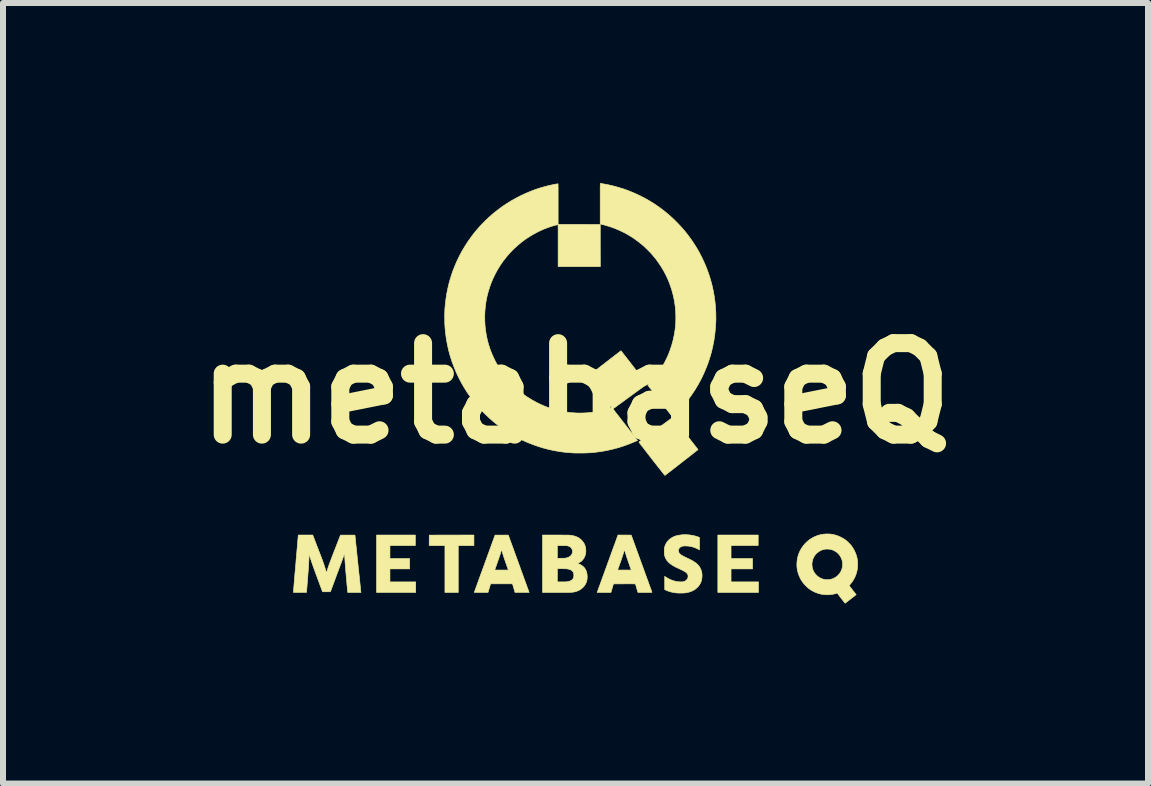
<source format=kicad_pcb>
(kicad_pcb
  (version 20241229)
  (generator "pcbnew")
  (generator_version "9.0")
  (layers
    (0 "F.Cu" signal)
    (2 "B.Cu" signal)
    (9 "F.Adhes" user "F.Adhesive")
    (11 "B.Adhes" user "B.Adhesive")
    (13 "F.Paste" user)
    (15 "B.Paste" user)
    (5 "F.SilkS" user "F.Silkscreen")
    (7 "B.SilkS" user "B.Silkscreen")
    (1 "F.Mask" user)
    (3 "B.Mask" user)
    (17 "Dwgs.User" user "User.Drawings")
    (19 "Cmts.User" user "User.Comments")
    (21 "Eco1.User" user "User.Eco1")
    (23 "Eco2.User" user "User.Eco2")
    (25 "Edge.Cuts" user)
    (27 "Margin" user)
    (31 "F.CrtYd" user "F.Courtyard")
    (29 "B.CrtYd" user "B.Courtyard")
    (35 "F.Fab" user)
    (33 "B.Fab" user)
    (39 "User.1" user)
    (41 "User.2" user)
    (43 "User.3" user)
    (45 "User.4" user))
  (footprint "metabaseQ"
    (layer "F.Cu")
    (at 6.539 3.502)
    (property "Reference" "metabaseQ" (at 0 0 0) (layer "F.SilkS") (effects (font (size 1.524 1.524) (thickness 0.3))))
    (attr through_hole)
    (fp_poly (pts (xy -1.693 2.538) (xy -1.954 2.538) (xy -1.954 3.319) (xy -2.176 3.319) (xy -2.176 2.538) (xy -2.438 2.538) (xy -2.438 2.451) (xy -2.437 2.363) (xy -1.693 2.362) (xy -1.693 2.538)) (stroke (width 0.01) (type solid)) (fill yes) (layer "F.SilkS"))
    (fp_poly (pts (xy -2.669 2.538) (xy -3.092 2.538) (xy -3.092 2.754) (xy -2.764 2.754) (xy -2.764 2.927) (xy -3.092 2.927) (xy -3.092 3.143) (xy -2.663 3.143) (xy -2.663 3.319) (xy -3.315 3.319) (xy -3.315 2.362) (xy -2.669 2.362) (xy -2.669 2.538)) (stroke (width 0.01) (type solid)) (fill yes) (layer "F.SilkS"))
    (fp_poly (pts (xy 3.043 2.45) (xy 3.043 2.537) (xy 2.817 2.537) (xy 2.591 2.538) (xy 2.591 2.754) (xy 2.949 2.754) (xy 2.949 2.927) (xy 2.591 2.927) (xy 2.591 3.143) (xy 3.048 3.143) (xy 3.048 3.319) (xy 2.371 3.319) (xy 2.371 2.362) (xy 3.044 2.362) (xy 3.043 2.45)) (stroke (width 0.01) (type solid)) (fill yes) (layer "F.SilkS"))
    (fp_poly (pts (xy 1.623 0.404) (xy 1.627 0.409) (xy 1.633 0.416) (xy 1.641 0.427) (xy 1.651 0.439) (xy 1.663 0.455) (xy 1.677 0.472) (xy 1.692 0.491) (xy 1.708 0.511) (xy 1.725 0.533) (xy 1.743 0.557) (xy 1.762 0.581) (xy 1.782 0.606) (xy 1.802 0.631) (xy 1.822 0.657) (xy 1.842 0.683) (xy 1.862 0.709) (xy 1.882 0.734) (xy 1.902 0.759) (xy 1.92 0.784) (xy 1.939 0.807) (xy 1.956 0.829) (xy 1.972 0.85) (xy 1.987 0.869) (xy 2 0.886) (xy 2.012 0.901) (xy 2.022 0.914) (xy 2.03 0.925) (xy 2.036 0.932) (xy 2.039 0.937) (xy 2.04 0.939) (xy 2.039 0.941) (xy 2.034 0.945) (xy 2.026 0.951) (xy 2.016 0.959) (xy 2.003 0.969) (xy 1.988 0.981) (xy 1.971 0.995) (xy 1.951 1.01) (xy 1.931 1.026) (xy 1.909 1.043) (xy 1.885 1.062) (xy 1.861 1.081) (xy 1.836 1.1) (xy 1.81 1.12) (xy 1.784 1.141) (xy 1.757 1.161) (xy 1.731 1.182) (xy 1.705 1.202) (xy 1.68 1.222) (xy 1.655 1.241) (xy 1.631 1.26) (xy 1.609 1.277) (xy 1.587 1.294) (xy 1.567 1.309) (xy 1.549 1.323) (xy 1.533 1.336) (xy 1.519 1.346) (xy 1.508 1.355) (xy 1.499 1.362) (xy 1.493 1.367) (xy 1.49 1.369) (xy 1.489 1.369) (xy 1.488 1.367) (xy 1.484 1.363) (xy 1.477 1.355) (xy 1.469 1.344) (xy 1.458 1.331) (xy 1.446 1.315) (xy 1.431 1.298) (xy 1.416 1.277) (xy 1.398 1.255) (xy 1.379 1.231) (xy 1.359 1.206) (xy 1.338 1.179) (xy 1.316 1.151) (xy 1.293 1.122) (xy 1.27 1.092) (xy 1.247 1.062) (xy 1.224 1.033) (xy 1.202 1.004) (xy 1.181 0.977) (xy 1.161 0.952) (xy 1.143 0.928) (xy 1.126 0.906) (xy 1.11 0.885) (xy 1.096 0.867) (xy 1.084 0.851) (xy 1.074 0.838) (xy 1.066 0.827) (xy 1.06 0.819) (xy 1.057 0.815) (xy 1.056 0.813) (xy 1.058 0.811) (xy 1.063 0.807) (xy 1.071 0.801) (xy 1.082 0.793) (xy 1.096 0.783) (xy 1.112 0.771) (xy 1.13 0.758) (xy 1.15 0.744) (xy 1.171 0.728) (xy 1.194 0.711) (xy 1.218 0.694) (xy 1.244 0.676) (xy 1.27 0.657) (xy 1.296 0.637) (xy 1.323 0.618) (xy 1.35 0.598) (xy 1.377 0.579) (xy 1.403 0.56) (xy 1.429 0.541) (xy 1.455 0.522) (xy 1.479 0.505) (xy 1.502 0.488) (xy 1.524 0.472) (xy 1.544 0.458) (xy 1.562 0.444) (xy 1.578 0.433) (xy 1.592 0.423) (xy 1.604 0.414) (xy 1.613 0.408) (xy 1.618 0.404) (xy 1.621 0.402) (xy 1.621 0.402) (xy 1.623 0.404)) (stroke (width 0.01) (type solid)) (fill yes) (layer "F.SilkS"))
    (fp_poly (pts (xy -1.155 2.363) (xy -1.144 2.363) (xy -1.135 2.363) (xy -1.129 2.363) (xy -1.125 2.363) (xy -1.122 2.364) (xy -1.12 2.365) (xy -1.119 2.365) (xy -1.119 2.366) (xy -1.118 2.368) (xy -1.116 2.374) (xy -1.112 2.384) (xy -1.107 2.397) (xy -1.102 2.413) (xy -1.095 2.432) (xy -1.087 2.455) (xy -1.078 2.479) (xy -1.068 2.507) (xy -1.057 2.536) (xy -1.045 2.568) (xy -1.033 2.602) (xy -1.02 2.637) (xy -1.007 2.674) (xy -0.993 2.712) (xy -0.979 2.751) (xy -0.964 2.791) (xy -0.949 2.833) (xy -0.934 2.874) (xy -0.919 2.916) (xy -0.904 2.959) (xy -0.888 3.001) (xy -0.873 3.043) (xy -0.858 3.085) (xy -0.843 3.126) (xy -0.828 3.166) (xy -0.814 3.206) (xy -0.8 3.245) (xy -0.786 3.282) (xy -0.78 3.299) (xy -0.773 3.319) (xy -0.891 3.318) (xy -1.008 3.318) (xy -1.029 3.246) (xy -1.051 3.175) (xy -1.415 3.175) (xy -1.436 3.244) (xy -1.441 3.261) (xy -1.445 3.276) (xy -1.449 3.289) (xy -1.453 3.301) (xy -1.455 3.309) (xy -1.457 3.315) (xy -1.457 3.316) (xy -1.458 3.317) (xy -1.461 3.317) (xy -1.466 3.318) (xy -1.474 3.318) (xy -1.484 3.318) (xy -1.497 3.319) (xy -1.514 3.319) (xy -1.533 3.319) (xy -1.557 3.319) (xy -1.573 3.319) (xy -1.594 3.319) (xy -1.614 3.319) (xy -1.633 3.319) (xy -1.649 3.319) (xy -1.663 3.318) (xy -1.674 3.318) (xy -1.682 3.318) (xy -1.686 3.318) (xy -1.687 3.317) (xy -1.686 3.315) (xy -1.684 3.309) (xy -1.681 3.3) (xy -1.676 3.287) (xy -1.67 3.27) (xy -1.663 3.251) (xy -1.655 3.229) (xy -1.646 3.204) (xy -1.636 3.176) (xy -1.625 3.146) (xy -1.613 3.113) (xy -1.601 3.079) (xy -1.588 3.043) (xy -1.574 3.004) (xy -1.559 2.965) (xy -1.552 2.945) (xy -1.346 2.945) (xy -1.344 2.945) (xy -1.338 2.945) (xy -1.329 2.946) (xy -1.316 2.946) (xy -1.301 2.946) (xy -1.284 2.946) (xy -1.265 2.946) (xy -1.244 2.946) (xy -1.233 2.946) (xy -1.212 2.946) (xy -1.191 2.946) (xy -1.173 2.946) (xy -1.157 2.946) (xy -1.143 2.946) (xy -1.132 2.946) (xy -1.124 2.946) (xy -1.12 2.945) (xy -1.12 2.945) (xy -1.12 2.943) (xy -1.122 2.937) (xy -1.125 2.929) (xy -1.129 2.917) (xy -1.134 2.904) (xy -1.139 2.889) (xy -1.143 2.878) (xy -1.152 2.854) (xy -1.16 2.829) (xy -1.169 2.804) (xy -1.178 2.778) (xy -1.187 2.752) (xy -1.195 2.728) (xy -1.202 2.704) (xy -1.209 2.683) (xy -1.215 2.664) (xy -1.22 2.647) (xy -1.224 2.634) (xy -1.225 2.631) (xy -1.233 2.601) (xy -1.237 2.618) (xy -1.241 2.632) (xy -1.246 2.65) (xy -1.252 2.672) (xy -1.26 2.697) (xy -1.27 2.725) (xy -1.28 2.756) (xy -1.292 2.79) (xy -1.305 2.827) (xy -1.318 2.866) (xy -1.325 2.884) (xy -1.33 2.899) (xy -1.335 2.913) (xy -1.339 2.925) (xy -1.343 2.934) (xy -1.345 2.941) (xy -1.346 2.944) (xy -1.346 2.945) (xy -1.552 2.945) (xy -1.544 2.924) (xy -1.529 2.882) (xy -1.514 2.84) (xy -1.341 2.363) (xy -1.231 2.363) (xy -1.206 2.363) (xy -1.185 2.363) (xy -1.168 2.362) (xy -1.155 2.363)) (stroke (width 0.01) (type solid)) (fill yes) (layer "F.SilkS"))
    (fp_poly (pts (xy 0.928 2.363) (xy 1.101 2.84) (xy 1.117 2.883) (xy 1.132 2.925) (xy 1.147 2.966) (xy 1.161 3.006) (xy 1.175 3.044) (xy 1.188 3.08) (xy 1.201 3.114) (xy 1.213 3.147) (xy 1.223 3.177) (xy 1.233 3.204) (xy 1.242 3.229) (xy 1.251 3.252) (xy 1.258 3.271) (xy 1.263 3.287) (xy 1.268 3.3) (xy 1.271 3.31) (xy 1.273 3.315) (xy 1.274 3.317) (xy 1.272 3.318) (xy 1.266 3.318) (xy 1.257 3.318) (xy 1.244 3.318) (xy 1.229 3.319) (xy 1.212 3.319) (xy 1.192 3.319) (xy 1.171 3.319) (xy 1.157 3.319) (xy 1.04 3.319) (xy 1.019 3.25) (xy 1.015 3.233) (xy 1.01 3.218) (xy 1.006 3.204) (xy 1.003 3.193) (xy 1 3.185) (xy 0.998 3.179) (xy 0.998 3.178) (xy 0.997 3.177) (xy 0.994 3.177) (xy 0.99 3.176) (xy 0.983 3.176) (xy 0.974 3.176) (xy 0.963 3.176) (xy 0.948 3.176) (xy 0.931 3.175) (xy 0.91 3.175) (xy 0.886 3.175) (xy 0.858 3.175) (xy 0.826 3.175) (xy 0.814 3.176) (xy 0.632 3.176) (xy 0.611 3.247) (xy 0.59 3.319) (xy 0.36 3.319) (xy 0.363 3.311) (xy 0.364 3.308) (xy 0.366 3.302) (xy 0.37 3.292) (xy 0.375 3.278) (xy 0.381 3.261) (xy 0.388 3.241) (xy 0.396 3.219) (xy 0.406 3.193) (xy 0.416 3.165) (xy 0.427 3.134) (xy 0.439 3.102) (xy 0.451 3.067) (xy 0.465 3.03) (xy 0.479 2.992) (xy 0.493 2.953) (xy 0.496 2.944) (xy 0.701 2.944) (xy 0.702 2.944) (xy 0.703 2.945) (xy 0.706 2.945) (xy 0.711 2.946) (xy 0.717 2.946) (xy 0.726 2.946) (xy 0.737 2.946) (xy 0.751 2.946) (xy 0.768 2.946) (xy 0.789 2.946) (xy 0.814 2.946) (xy 0.929 2.946) (xy 0.922 2.926) (xy 0.912 2.899) (xy 0.902 2.872) (xy 0.893 2.844) (xy 0.883 2.817) (xy 0.874 2.79) (xy 0.865 2.763) (xy 0.856 2.738) (xy 0.848 2.714) (xy 0.841 2.691) (xy 0.835 2.671) (xy 0.829 2.653) (xy 0.824 2.637) (xy 0.821 2.625) (xy 0.818 2.615) (xy 0.817 2.61) (xy 0.817 2.609) (xy 0.817 2.605) (xy 0.815 2.606) (xy 0.813 2.609) (xy 0.811 2.615) (xy 0.811 2.618) (xy 0.809 2.627) (xy 0.805 2.639) (xy 0.801 2.654) (xy 0.796 2.671) (xy 0.79 2.689) (xy 0.783 2.709) (xy 0.777 2.729) (xy 0.77 2.749) (xy 0.77 2.751) (xy 0.766 2.761) (xy 0.762 2.774) (xy 0.757 2.789) (xy 0.751 2.805) (xy 0.745 2.822) (xy 0.738 2.841) (xy 0.732 2.859) (xy 0.726 2.876) (xy 0.72 2.893) (xy 0.714 2.908) (xy 0.709 2.921) (xy 0.706 2.932) (xy 0.703 2.939) (xy 0.702 2.943) (xy 0.701 2.944) (xy 0.496 2.944) (xy 0.508 2.912) (xy 0.523 2.869) (xy 0.534 2.838) (xy 0.55 2.796) (xy 0.565 2.754) (xy 0.58 2.713) (xy 0.594 2.674) (xy 0.608 2.636) (xy 0.621 2.6) (xy 0.633 2.566) (xy 0.645 2.534) (xy 0.656 2.505) (xy 0.666 2.477) (xy 0.675 2.453) (xy 0.682 2.431) (xy 0.689 2.412) (xy 0.695 2.396) (xy 0.7 2.384) (xy 0.703 2.375) (xy 0.705 2.369) (xy 0.705 2.368) (xy 0.707 2.362) (xy 0.928 2.363)) (stroke (width 0.01) (type solid)) (fill yes) (layer "F.SilkS"))
    (fp_poly (pts (xy -0.299 2.362) (xy -0.265 2.362) (xy -0.234 2.362) (xy -0.206 2.363) (xy -0.18 2.363) (xy -0.157 2.363) (xy -0.138 2.363) (xy -0.121 2.363) (xy -0.109 2.364) (xy -0.101 2.364) (xy -0.097 2.364) (xy -0.059 2.369) (xy -0.025 2.377) (xy 0.006 2.387) (xy 0.035 2.399) (xy 0.061 2.414) (xy 0.084 2.432) (xy 0.1 2.447) (xy 0.121 2.471) (xy 0.139 2.496) (xy 0.153 2.524) (xy 0.163 2.553) (xy 0.169 2.584) (xy 0.171 2.603) (xy 0.172 2.636) (xy 0.169 2.668) (xy 0.162 2.698) (xy 0.151 2.726) (xy 0.137 2.752) (xy 0.119 2.776) (xy 0.108 2.788) (xy 0.091 2.803) (xy 0.07 2.816) (xy 0.05 2.827) (xy 0.032 2.835) (xy 0.044 2.839) (xy 0.052 2.842) (xy 0.062 2.846) (xy 0.071 2.851) (xy 0.073 2.851) (xy 0.1 2.866) (xy 0.124 2.884) (xy 0.144 2.904) (xy 0.161 2.926) (xy 0.174 2.951) (xy 0.184 2.978) (xy 0.191 3.008) (xy 0.194 3.041) (xy 0.195 3.059) (xy 0.193 3.092) (xy 0.188 3.123) (xy 0.179 3.153) (xy 0.166 3.18) (xy 0.149 3.206) (xy 0.129 3.23) (xy 0.123 3.236) (xy 0.099 3.257) (xy 0.073 3.275) (xy 0.044 3.29) (xy 0.012 3.302) (xy -0.022 3.311) (xy -0.06 3.316) (xy -0.062 3.317) (xy -0.068 3.317) (xy -0.078 3.317) (xy -0.092 3.318) (xy -0.11 3.318) (xy -0.132 3.318) (xy -0.157 3.319) (xy -0.186 3.319) (xy -0.219 3.319) (xy -0.255 3.319) (xy -0.295 3.319) (xy -0.316 3.319) (xy -0.55 3.319) (xy -0.55 3.143) (xy -0.303 3.143) (xy -0.232 3.143) (xy -0.214 3.143) (xy -0.197 3.143) (xy -0.181 3.143) (xy -0.167 3.142) (xy -0.156 3.142) (xy -0.147 3.141) (xy -0.145 3.141) (xy -0.118 3.136) (xy -0.094 3.129) (xy -0.075 3.12) (xy -0.058 3.109) (xy -0.045 3.095) (xy -0.036 3.079) (xy -0.03 3.06) (xy -0.028 3.039) (xy -0.028 3.033) (xy -0.029 3.012) (xy -0.034 2.992) (xy -0.043 2.975) (xy -0.055 2.961) (xy -0.07 2.949) (xy -0.089 2.939) (xy -0.112 2.932) (xy -0.138 2.926) (xy -0.147 2.925) (xy -0.154 2.925) (xy -0.164 2.924) (xy -0.178 2.924) (xy -0.193 2.924) (xy -0.21 2.923) (xy -0.228 2.923) (xy -0.234 2.923) (xy -0.303 2.923) (xy -0.303 3.143) (xy -0.55 3.143) (xy -0.55 2.75) (xy -0.303 2.75) (xy -0.235 2.749) (xy -0.217 2.749) (xy -0.202 2.749) (xy -0.189 2.748) (xy -0.18 2.748) (xy -0.172 2.747) (xy -0.166 2.747) (xy -0.16 2.746) (xy -0.155 2.744) (xy -0.149 2.743) (xy -0.147 2.743) (xy -0.125 2.735) (xy -0.105 2.726) (xy -0.089 2.715) (xy -0.081 2.708) (xy -0.068 2.692) (xy -0.058 2.675) (xy -0.053 2.656) (xy -0.051 2.635) (xy -0.052 2.622) (xy -0.057 2.602) (xy -0.065 2.586) (xy -0.076 2.571) (xy -0.09 2.56) (xy -0.108 2.55) (xy -0.127 2.544) (xy -0.131 2.543) (xy -0.136 2.542) (xy -0.141 2.541) (xy -0.147 2.54) (xy -0.154 2.54) (xy -0.164 2.539) (xy -0.176 2.539) (xy -0.191 2.539) (xy -0.209 2.539) (xy -0.223 2.538) (xy -0.303 2.538) (xy -0.303 2.75) (xy -0.55 2.75) (xy -0.55 2.362) (xy -0.335 2.362) (xy -0.299 2.362)) (stroke (width 0.01) (type solid)) (fill yes) (layer "F.SilkS"))
    (fp_poly (pts (xy 0.416 -3.496) (xy 0.423 -3.495) (xy 0.432 -3.494) (xy 0.442 -3.492) (xy 0.448 -3.491) (xy 0.543 -3.474) (xy 0.637 -3.452) (xy 0.73 -3.426) (xy 0.821 -3.397) (xy 0.911 -3.363) (xy 0.999 -3.326) (xy 1.085 -3.285) (xy 1.17 -3.241) (xy 1.252 -3.193) (xy 1.333 -3.142) (xy 1.411 -3.087) (xy 1.487 -3.029) (xy 1.56 -2.968) (xy 1.631 -2.904) (xy 1.699 -2.836) (xy 1.765 -2.766) (xy 1.828 -2.693) (xy 1.887 -2.617) (xy 1.944 -2.538) (xy 1.965 -2.506) (xy 2.017 -2.424) (xy 2.065 -2.341) (xy 2.109 -2.255) (xy 2.149 -2.168) (xy 2.186 -2.079) (xy 2.219 -1.989) (xy 2.248 -1.897) (xy 2.273 -1.805) (xy 2.294 -1.711) (xy 2.311 -1.617) (xy 2.324 -1.522) (xy 2.333 -1.427) (xy 2.338 -1.331) (xy 2.339 -1.235) (xy 2.337 -1.173) (xy 2.33 -1.073) (xy 2.32 -0.975) (xy 2.306 -0.878) (xy 2.287 -0.782) (xy 2.265 -0.688) (xy 2.238 -0.595) (xy 2.208 -0.503) (xy 2.173 -0.413) (xy 2.135 -0.324) (xy 2.093 -0.237) (xy 2.047 -0.151) (xy 1.997 -0.067) (xy 1.943 0.015) (xy 1.885 0.096) (xy 1.881 0.101) (xy 1.856 0.133) (xy 1.829 0.167) (xy 1.8 0.201) (xy 1.771 0.234) (xy 1.741 0.268) (xy 1.712 0.299) (xy 1.683 0.329) (xy 1.655 0.356) (xy 1.636 0.375) (xy 1.615 0.394) (xy 1.41 0.13) (xy 1.387 0.101) (xy 1.365 0.072) (xy 1.343 0.045) (xy 1.323 0.019) (xy 1.304 -0.006) (xy 1.286 -0.029) (xy 1.269 -0.05) (xy 1.254 -0.07) (xy 1.241 -0.087) (xy 1.23 -0.102) (xy 1.22 -0.114) (xy 1.213 -0.123) (xy 1.208 -0.13) (xy 1.205 -0.134) (xy 1.204 -0.135) (xy 1.206 -0.136) (xy 1.21 -0.141) (xy 1.216 -0.147) (xy 1.223 -0.155) (xy 1.232 -0.165) (xy 1.233 -0.166) (xy 1.288 -0.228) (xy 1.34 -0.292) (xy 1.389 -0.358) (xy 1.434 -0.426) (xy 1.475 -0.496) (xy 1.512 -0.568) (xy 1.546 -0.642) (xy 1.575 -0.718) (xy 1.601 -0.795) (xy 1.623 -0.874) (xy 1.641 -0.954) (xy 1.652 -1.013) (xy 1.658 -1.058) (xy 1.664 -1.103) (xy 1.667 -1.148) (xy 1.67 -1.194) (xy 1.671 -1.243) (xy 1.671 -1.262) (xy 1.67 -1.321) (xy 1.667 -1.378) (xy 1.662 -1.434) (xy 1.655 -1.488) (xy 1.646 -1.544) (xy 1.641 -1.57) (xy 1.623 -1.65) (xy 1.601 -1.729) (xy 1.575 -1.806) (xy 1.546 -1.882) (xy 1.512 -1.956) (xy 1.475 -2.028) (xy 1.433 -2.099) (xy 1.388 -2.167) (xy 1.34 -2.234) (xy 1.287 -2.298) (xy 1.278 -2.309) (xy 1.267 -2.321) (xy 1.255 -2.335) (xy 1.24 -2.35) (xy 1.224 -2.366) (xy 1.208 -2.383) (xy 1.191 -2.4) (xy 1.175 -2.415) (xy 1.16 -2.429) (xy 1.148 -2.441) (xy 1.143 -2.446) (xy 1.08 -2.499) (xy 1.015 -2.549) (xy 0.948 -2.596) (xy 0.878 -2.639) (xy 0.807 -2.678) (xy 0.733 -2.713) (xy 0.658 -2.745) (xy 0.581 -2.773) (xy 0.502 -2.797) (xy 0.444 -2.812) (xy 0.411 -2.82) (xy 0.411 -3.158) (xy 0.411 -3.204) (xy 0.411 -3.245) (xy 0.411 -3.283) (xy 0.411 -3.317) (xy 0.411 -3.347) (xy 0.411 -3.374) (xy 0.411 -3.398) (xy 0.411 -3.419) (xy 0.411 -3.437) (xy 0.411 -3.452) (xy 0.412 -3.465) (xy 0.412 -3.475) (xy 0.412 -3.483) (xy 0.412 -3.489) (xy 0.413 -3.493) (xy 0.413 -3.496) (xy 0.413 -3.497) (xy 0.413 -3.497) (xy 0.416 -3.496)) (stroke (width 0.01) (type solid)) (fill yes) (layer "F.SilkS"))
    (fp_poly (pts (xy 1.852 2.357) (xy 1.894 2.36) (xy 1.937 2.366) (xy 1.968 2.372) (xy 1.984 2.376) (xy 2.001 2.381) (xy 2.018 2.386) (xy 2.034 2.391) (xy 2.048 2.397) (xy 2.054 2.399) (xy 2.066 2.404) (xy 2.066 2.609) (xy 2.036 2.594) (xy 1.996 2.576) (xy 1.957 2.562) (xy 1.917 2.552) (xy 1.877 2.546) (xy 1.836 2.544) (xy 1.832 2.544) (xy 1.811 2.544) (xy 1.794 2.546) (xy 1.78 2.549) (xy 1.767 2.552) (xy 1.757 2.557) (xy 1.745 2.565) (xy 1.734 2.575) (xy 1.725 2.586) (xy 1.721 2.593) (xy 1.718 2.6) (xy 1.717 2.606) (xy 1.716 2.613) (xy 1.716 2.623) (xy 1.716 2.632) (xy 1.717 2.64) (xy 1.718 2.646) (xy 1.721 2.652) (xy 1.726 2.66) (xy 1.731 2.668) (xy 1.737 2.675) (xy 1.745 2.682) (xy 1.755 2.69) (xy 1.766 2.697) (xy 1.78 2.706) (xy 1.796 2.715) (xy 1.815 2.725) (xy 1.838 2.736) (xy 1.863 2.748) (xy 1.893 2.762) (xy 1.893 2.762) (xy 1.929 2.78) (xy 1.961 2.798) (xy 1.99 2.817) (xy 2.015 2.836) (xy 2.034 2.853) (xy 2.047 2.867) (xy 2.058 2.881) (xy 2.068 2.895) (xy 2.077 2.912) (xy 2.081 2.92) (xy 2.092 2.946) (xy 2.1 2.971) (xy 2.105 2.996) (xy 2.108 3.023) (xy 2.108 3.04) (xy 2.106 3.075) (xy 2.101 3.108) (xy 2.092 3.139) (xy 2.08 3.167) (xy 2.064 3.194) (xy 2.044 3.22) (xy 2.031 3.233) (xy 2.005 3.257) (xy 1.976 3.277) (xy 1.945 3.294) (xy 1.911 3.307) (xy 1.874 3.318) (xy 1.835 3.325) (xy 1.825 3.326) (xy 1.813 3.327) (xy 1.799 3.328) (xy 1.782 3.329) (xy 1.763 3.329) (xy 1.744 3.329) (xy 1.725 3.329) (xy 1.708 3.328) (xy 1.693 3.328) (xy 1.685 3.327) (xy 1.64 3.321) (xy 1.598 3.313) (xy 1.557 3.301) (xy 1.52 3.287) (xy 1.507 3.281) (xy 1.486 3.272) (xy 1.486 3.05) (xy 1.504 3.063) (xy 1.541 3.085) (xy 1.577 3.103) (xy 1.613 3.118) (xy 1.648 3.128) (xy 1.671 3.134) (xy 1.693 3.138) (xy 1.716 3.141) (xy 1.741 3.142) (xy 1.744 3.143) (xy 1.767 3.143) (xy 1.787 3.141) (xy 1.804 3.138) (xy 1.819 3.132) (xy 1.833 3.124) (xy 1.846 3.114) (xy 1.85 3.11) (xy 1.861 3.097) (xy 1.868 3.084) (xy 1.873 3.07) (xy 1.875 3.055) (xy 1.875 3.039) (xy 1.871 3.024) (xy 1.864 3.01) (xy 1.854 2.997) (xy 1.839 2.984) (xy 1.825 2.973) (xy 1.817 2.969) (xy 1.807 2.964) (xy 1.794 2.957) (xy 1.779 2.949) (xy 1.763 2.941) (xy 1.745 2.933) (xy 1.728 2.924) (xy 1.711 2.916) (xy 1.7 2.912) (xy 1.661 2.893) (xy 1.626 2.873) (xy 1.595 2.853) (xy 1.568 2.833) (xy 1.545 2.811) (xy 1.525 2.789) (xy 1.509 2.765) (xy 1.497 2.741) (xy 1.494 2.734) (xy 1.489 2.72) (xy 1.485 2.707) (xy 1.482 2.694) (xy 1.48 2.68) (xy 1.479 2.665) (xy 1.479 2.647) (xy 1.479 2.635) (xy 1.479 2.617) (xy 1.479 2.602) (xy 1.48 2.589) (xy 1.482 2.577) (xy 1.484 2.567) (xy 1.487 2.555) (xy 1.49 2.546) (xy 1.501 2.518) (xy 1.516 2.49) (xy 1.535 2.465) (xy 1.557 2.442) (xy 1.582 2.422) (xy 1.609 2.404) (xy 1.639 2.389) (xy 1.658 2.381) (xy 1.693 2.371) (xy 1.73 2.364) (xy 1.769 2.359) (xy 1.81 2.356) (xy 1.852 2.357)) (stroke (width 0.01) (type solid)) (fill yes) (layer "F.SilkS"))
    (fp_poly (pts (xy 4.226 2.345) (xy 4.244 2.346) (xy 4.251 2.347) (xy 4.297 2.355) (xy 4.342 2.366) (xy 4.385 2.382) (xy 4.426 2.401) (xy 4.466 2.423) (xy 4.504 2.449) (xy 4.524 2.466) (xy 4.558 2.498) (xy 4.589 2.532) (xy 4.616 2.569) (xy 4.639 2.608) (xy 4.659 2.649) (xy 4.676 2.693) (xy 4.689 2.738) (xy 4.696 2.776) (xy 4.698 2.791) (xy 4.699 2.809) (xy 4.7 2.83) (xy 4.7 2.851) (xy 4.7 2.873) (xy 4.699 2.893) (xy 4.698 2.912) (xy 4.696 2.928) (xy 4.695 2.932) (xy 4.685 2.979) (xy 4.671 3.024) (xy 4.653 3.066) (xy 4.632 3.106) (xy 4.608 3.144) (xy 4.579 3.18) (xy 4.571 3.19) (xy 4.566 3.196) (xy 4.562 3.201) (xy 4.56 3.205) (xy 4.56 3.206) (xy 4.562 3.208) (xy 4.565 3.213) (xy 4.571 3.221) (xy 4.579 3.231) (xy 4.588 3.243) (xy 4.599 3.256) (xy 4.61 3.271) (xy 4.618 3.282) (xy 4.63 3.297) (xy 4.642 3.311) (xy 4.651 3.324) (xy 4.66 3.335) (xy 4.667 3.345) (xy 4.672 3.351) (xy 4.675 3.355) (xy 4.675 3.356) (xy 4.673 3.358) (xy 4.668 3.362) (xy 4.661 3.368) (xy 4.651 3.375) (xy 4.639 3.385) (xy 4.626 3.395) (xy 4.612 3.406) (xy 4.597 3.417) (xy 4.582 3.429) (xy 4.567 3.441) (xy 4.552 3.452) (xy 4.538 3.463) (xy 4.526 3.473) (xy 4.514 3.481) (xy 4.505 3.489) (xy 4.498 3.494) (xy 4.493 3.498) (xy 4.492 3.499) (xy 4.49 3.497) (xy 4.486 3.492) (xy 4.48 3.485) (xy 4.473 3.475) (xy 4.463 3.463) (xy 4.453 3.45) (xy 4.441 3.435) (xy 4.428 3.418) (xy 4.425 3.414) (xy 4.36 3.33) (xy 4.351 3.333) (xy 4.331 3.339) (xy 4.308 3.345) (xy 4.284 3.35) (xy 4.258 3.353) (xy 4.233 3.356) (xy 4.224 3.357) (xy 4.178 3.357) (xy 4.133 3.354) (xy 4.089 3.347) (xy 4.045 3.335) (xy 4.002 3.32) (xy 3.961 3.301) (xy 3.921 3.278) (xy 3.884 3.252) (xy 3.877 3.246) (xy 3.855 3.227) (xy 3.833 3.205) (xy 3.811 3.182) (xy 3.791 3.157) (xy 3.773 3.132) (xy 3.771 3.129) (xy 3.763 3.116) (xy 3.753 3.1) (xy 3.744 3.082) (xy 3.735 3.063) (xy 3.727 3.045) (xy 3.72 3.029) (xy 3.716 3.019) (xy 3.706 2.986) (xy 3.698 2.953) (xy 3.692 2.921) (xy 3.689 2.887) (xy 3.688 2.851) (xy 3.939 2.851) (xy 3.941 2.884) (xy 3.947 2.916) (xy 3.957 2.946) (xy 3.971 2.975) (xy 3.988 3.002) (xy 4.009 3.026) (xy 4.033 3.049) (xy 4.049 3.061) (xy 4.07 3.074) (xy 4.092 3.085) (xy 4.115 3.094) (xy 4.138 3.1) (xy 4.151 3.103) (xy 4.159 3.104) (xy 4.167 3.105) (xy 4.172 3.106) (xy 4.172 3.106) (xy 4.179 3.107) (xy 4.188 3.107) (xy 4.2 3.106) (xy 4.213 3.105) (xy 4.226 3.104) (xy 4.237 3.103) (xy 4.247 3.101) (xy 4.248 3.101) (xy 4.28 3.092) (xy 4.31 3.079) (xy 4.338 3.062) (xy 4.364 3.043) (xy 4.386 3.02) (xy 4.406 2.994) (xy 4.423 2.966) (xy 4.433 2.943) (xy 4.442 2.914) (xy 4.448 2.884) (xy 4.45 2.853) (xy 4.448 2.822) (xy 4.443 2.791) (xy 4.434 2.762) (xy 4.432 2.757) (xy 4.418 2.727) (xy 4.401 2.7) (xy 4.38 2.675) (xy 4.357 2.653) (xy 4.33 2.635) (xy 4.302 2.619) (xy 4.271 2.607) (xy 4.243 2.6) (xy 4.23 2.598) (xy 4.213 2.597) (xy 4.196 2.596) (xy 4.178 2.596) (xy 4.161 2.598) (xy 4.147 2.6) (xy 4.145 2.6) (xy 4.118 2.607) (xy 4.093 2.616) (xy 4.07 2.628) (xy 4.053 2.639) (xy 4.027 2.658) (xy 4.004 2.681) (xy 3.984 2.706) (xy 3.968 2.733) (xy 3.955 2.762) (xy 3.946 2.793) (xy 3.94 2.825) (xy 3.939 2.851) (xy 3.688 2.851) (xy 3.688 2.851) (xy 3.69 2.81) (xy 3.694 2.772) (xy 3.701 2.735) (xy 3.711 2.699) (xy 3.724 2.662) (xy 3.74 2.628) (xy 3.762 2.587) (xy 3.788 2.549) (xy 3.816 2.514) (xy 3.847 2.482) (xy 3.881 2.453) (xy 3.918 2.426) (xy 3.956 2.404) (xy 3.997 2.384) (xy 4.04 2.368) (xy 4.084 2.356) (xy 4.13 2.348) (xy 4.13 2.348) (xy 4.146 2.347) (xy 4.165 2.345) (xy 4.186 2.345) (xy 4.207 2.345) (xy 4.226 2.345)) (stroke (width 0.01) (type solid)) (fill yes) (layer "F.SilkS"))
    (fp_poly (pts (xy -4.498 2.362) (xy -4.378 2.362) (xy -4.309 2.544) (xy -4.298 2.571) (xy -4.288 2.598) (xy -4.278 2.624) (xy -4.268 2.649) (xy -4.259 2.672) (xy -4.251 2.694) (xy -4.243 2.713) (xy -4.237 2.73) (xy -4.232 2.743) (xy -4.228 2.754) (xy -4.225 2.76) (xy -4.22 2.776) (xy -4.213 2.794) (xy -4.206 2.814) (xy -4.199 2.835) (xy -4.191 2.857) (xy -4.184 2.879) (xy -4.177 2.9) (xy -4.171 2.92) (xy -4.165 2.937) (xy -4.161 2.952) (xy -4.158 2.964) (xy -4.158 2.964) (xy -4.149 2.996) (xy -4.145 2.978) (xy -4.141 2.966) (xy -4.138 2.954) (xy -4.134 2.942) (xy -4.13 2.929) (xy -4.126 2.916) (xy -4.122 2.902) (xy -4.117 2.887) (xy -4.111 2.871) (xy -4.105 2.854) (xy -4.098 2.835) (xy -4.09 2.814) (xy -4.081 2.791) (xy -4.072 2.765) (xy -4.061 2.737) (xy -4.05 2.707) (xy -4.037 2.674) (xy -4.023 2.637) (xy -4.007 2.597) (xy -3.99 2.554) (xy -3.974 2.512) (xy -3.916 2.363) (xy -3.795 2.363) (xy -3.769 2.363) (xy -3.746 2.363) (xy -3.727 2.363) (xy -3.712 2.363) (xy -3.699 2.363) (xy -3.69 2.363) (xy -3.683 2.363) (xy -3.678 2.364) (xy -3.675 2.364) (xy -3.675 2.365) (xy -3.675 2.365) (xy -3.674 2.367) (xy -3.674 2.374) (xy -3.673 2.384) (xy -3.671 2.397) (xy -3.67 2.414) (xy -3.667 2.434) (xy -3.665 2.457) (xy -3.663 2.482) (xy -3.66 2.51) (xy -3.657 2.54) (xy -3.653 2.572) (xy -3.65 2.605) (xy -3.646 2.64) (xy -3.643 2.676) (xy -3.639 2.713) (xy -3.635 2.751) (xy -3.631 2.79) (xy -3.627 2.828) (xy -3.623 2.867) (xy -3.619 2.906) (xy -3.615 2.944) (xy -3.611 2.981) (xy -3.607 3.018) (xy -3.603 3.053) (xy -3.6 3.088) (xy -3.596 3.12) (xy -3.593 3.151) (xy -3.59 3.18) (xy -3.587 3.207) (xy -3.585 3.231) (xy -3.583 3.253) (xy -3.581 3.271) (xy -3.579 3.287) (xy -3.578 3.299) (xy -3.577 3.307) (xy -3.576 3.311) (xy -3.576 3.312) (xy -3.575 3.319) (xy -3.795 3.319) (xy -3.796 3.308) (xy -3.798 3.292) (xy -3.8 3.272) (xy -3.802 3.248) (xy -3.805 3.222) (xy -3.808 3.193) (xy -3.81 3.163) (xy -3.813 3.131) (xy -3.816 3.097) (xy -3.819 3.064) (xy -3.822 3.03) (xy -3.825 2.996) (xy -3.828 2.963) (xy -3.83 2.932) (xy -3.833 2.902) (xy -3.835 2.874) (xy -3.837 2.848) (xy -3.839 2.826) (xy -3.84 2.812) (xy -3.841 2.789) (xy -3.843 2.767) (xy -3.844 2.746) (xy -3.845 2.728) (xy -3.846 2.711) (xy -3.847 2.698) (xy -3.848 2.687) (xy -3.848 2.68) (xy -3.849 2.677) (xy -3.849 2.677) (xy -3.849 2.677) (xy -3.851 2.681) (xy -3.854 2.688) (xy -3.858 2.697) (xy -3.862 2.707) (xy -3.868 2.725) (xy -3.875 2.744) (xy -3.883 2.767) (xy -3.892 2.792) (xy -3.902 2.82) (xy -3.914 2.85) (xy -3.926 2.884) (xy -3.94 2.921) (xy -3.955 2.962) (xy -3.972 3.006) (xy -3.99 3.054) (xy -4.006 3.099) (xy -4.084 3.307) (xy -4.15 3.308) (xy -4.215 3.308) (xy -4.266 3.171) (xy -4.275 3.146) (xy -4.285 3.12) (xy -4.295 3.093) (xy -4.304 3.068) (xy -4.313 3.043) (xy -4.322 3.02) (xy -4.33 2.999) (xy -4.336 2.98) (xy -4.342 2.966) (xy -4.342 2.964) (xy -4.355 2.93) (xy -4.367 2.896) (xy -4.379 2.863) (xy -4.39 2.831) (xy -4.4 2.801) (xy -4.409 2.773) (xy -4.418 2.747) (xy -4.425 2.724) (xy -4.431 2.705) (xy -4.432 2.698) (xy -4.435 2.69) (xy -4.437 2.685) (xy -4.438 2.683) (xy -4.439 2.685) (xy -4.44 2.691) (xy -4.44 2.701) (xy -4.441 2.715) (xy -4.441 2.719) (xy -4.441 2.734) (xy -4.441 2.749) (xy -4.442 2.767) (xy -4.443 2.786) (xy -4.444 2.807) (xy -4.445 2.83) (xy -4.446 2.855) (xy -4.448 2.883) (xy -4.45 2.914) (xy -4.453 2.948) (xy -4.456 2.985) (xy -4.459 3.026) (xy -4.462 3.07) (xy -4.466 3.118) (xy -4.468 3.142) (xy -4.482 3.318) (xy -4.592 3.318) (xy -4.617 3.319) (xy -4.638 3.319) (xy -4.656 3.319) (xy -4.67 3.318) (xy -4.681 3.318) (xy -4.69 3.318) (xy -4.696 3.318) (xy -4.699 3.317) (xy -4.701 3.317) (xy -4.701 3.316) (xy -4.701 3.314) (xy -4.7 3.307) (xy -4.7 3.297) (xy -4.698 3.283) (xy -4.697 3.266) (xy -4.695 3.246) (xy -4.693 3.223) (xy -4.691 3.197) (xy -4.689 3.169) (xy -4.686 3.139) (xy -4.684 3.107) (xy -4.681 3.074) (xy -4.678 3.039) (xy -4.675 3.002) (xy -4.671 2.965) (xy -4.668 2.927) (xy -4.665 2.889) (xy -4.661 2.85) (xy -4.658 2.811) (xy -4.655 2.773) (xy -4.651 2.734) (xy -4.648 2.697) (xy -4.645 2.66) (xy -4.642 2.624) (xy -4.639 2.59) (xy -4.636 2.557) (xy -4.634 2.527) (xy -4.631 2.498) (xy -4.629 2.471) (xy -4.627 2.447) (xy -4.625 2.426) (xy -4.623 2.407) (xy -4.622 2.392) (xy -4.621 2.38) (xy -4.62 2.372) (xy -4.62 2.368) (xy -4.619 2.367) (xy -4.618 2.362) (xy -4.498 2.362)) (stroke (width 0.01) (type solid)) (fill yes) (layer "F.SilkS"))
    (fp_poly (pts (xy -0.293 -3.49) (xy -0.293 -3.49) (xy -0.292 -3.489) (xy -0.292 -3.487) (xy -0.292 -3.484) (xy -0.291 -3.48) (xy -0.291 -3.474) (xy -0.291 -3.467) (xy -0.291 -3.458) (xy -0.291 -3.448) (xy -0.29 -3.435) (xy -0.29 -3.42) (xy -0.29 -3.402) (xy -0.29 -3.381) (xy -0.29 -3.358) (xy -0.29 -3.332) (xy -0.29 -3.302) (xy -0.29 -3.269) (xy -0.29 -3.232) (xy -0.29 -3.191) (xy -0.29 -3.152) (xy -0.29 -2.813) (xy 0.061 -2.813) (xy 0.412 -2.812) (xy 0.412 -2.461) (xy 0.413 -2.11) (xy -0.29 -2.11) (xy -0.29 -2.461) (xy -0.29 -2.506) (xy -0.29 -2.547) (xy -0.29 -2.584) (xy -0.29 -2.618) (xy -0.29 -2.648) (xy -0.29 -2.675) (xy -0.29 -2.698) (xy -0.29 -2.719) (xy -0.29 -2.737) (xy -0.29 -2.753) (xy -0.291 -2.766) (xy -0.291 -2.777) (xy -0.291 -2.786) (xy -0.291 -2.793) (xy -0.291 -2.799) (xy -0.292 -2.803) (xy -0.292 -2.806) (xy -0.292 -2.808) (xy -0.293 -2.81) (xy -0.293 -2.81) (xy -0.294 -2.81) (xy -0.294 -2.81) (xy -0.297 -2.809) (xy -0.303 -2.808) (xy -0.313 -2.805) (xy -0.323 -2.802) (xy -0.33 -2.801) (xy -0.406 -2.779) (xy -0.481 -2.753) (xy -0.555 -2.723) (xy -0.627 -2.689) (xy -0.698 -2.651) (xy -0.767 -2.61) (xy -0.834 -2.566) (xy -0.899 -2.518) (xy -0.961 -2.466) (xy -1.021 -2.412) (xy -1.047 -2.387) (xy -1.104 -2.327) (xy -1.157 -2.264) (xy -1.207 -2.2) (xy -1.253 -2.133) (xy -1.296 -2.064) (xy -1.335 -1.993) (xy -1.371 -1.919) (xy -1.403 -1.845) (xy -1.43 -1.77) (xy -1.454 -1.693) (xy -1.474 -1.615) (xy -1.49 -1.536) (xy -1.501 -1.456) (xy -1.509 -1.375) (xy -1.513 -1.294) (xy -1.512 -1.213) (xy -1.508 -1.131) (xy -1.499 -1.05) (xy -1.497 -1.036) (xy -1.484 -0.957) (xy -1.467 -0.878) (xy -1.445 -0.8) (xy -1.42 -0.724) (xy -1.39 -0.648) (xy -1.356 -0.574) (xy -1.343 -0.547) (xy -1.328 -0.518) (xy -1.314 -0.492) (xy -1.301 -0.468) (xy -1.287 -0.445) (xy -1.272 -0.421) (xy -1.256 -0.396) (xy -1.25 -0.386) (xy -1.203 -0.319) (xy -1.153 -0.255) (xy -1.1 -0.193) (xy -1.043 -0.133) (xy -0.983 -0.077) (xy -0.933 -0.034) (xy -0.873 0.014) (xy -0.809 0.059) (xy -0.742 0.101) (xy -0.674 0.14) (xy -0.603 0.176) (xy -0.531 0.208) (xy -0.464 0.235) (xy -0.387 0.261) (xy -0.309 0.282) (xy -0.23 0.3) (xy -0.15 0.314) (xy -0.069 0.323) (xy 0.012 0.329) (xy 0.093 0.33) (xy 0.175 0.327) (xy 0.257 0.32) (xy 0.297 0.315) (xy 0.342 0.308) (xy 0.388 0.3) (xy 0.434 0.29) (xy 0.48 0.279) (xy 0.493 0.275) (xy 0.506 0.272) (xy 0.52 0.268) (xy 0.534 0.263) (xy 0.549 0.259) (xy 0.563 0.255) (xy 0.576 0.251) (xy 0.587 0.247) (xy 0.596 0.244) (xy 0.602 0.242) (xy 0.605 0.24) (xy 0.605 0.24) (xy 0.604 0.239) (xy 0.6 0.234) (xy 0.594 0.226) (xy 0.586 0.215) (xy 0.576 0.202) (xy 0.564 0.186) (xy 0.55 0.168) (xy 0.534 0.148) (xy 0.517 0.126) (xy 0.499 0.103) (xy 0.479 0.077) (xy 0.458 0.051) (xy 0.437 0.023) (xy 0.414 -0.006) (xy 0.404 -0.018) (xy 0.382 -0.047) (xy 0.36 -0.076) (xy 0.339 -0.103) (xy 0.319 -0.129) (xy 0.3 -0.153) (xy 0.282 -0.176) (xy 0.266 -0.197) (xy 0.251 -0.216) (xy 0.238 -0.232) (xy 0.227 -0.247) (xy 0.218 -0.259) (xy 0.211 -0.268) (xy 0.206 -0.274) (xy 0.204 -0.277) (xy 0.204 -0.278) (xy 0.205 -0.279) (xy 0.21 -0.283) (xy 0.218 -0.29) (xy 0.229 -0.298) (xy 0.242 -0.308) (xy 0.257 -0.32) (xy 0.274 -0.334) (xy 0.293 -0.349) (xy 0.314 -0.365) (xy 0.336 -0.382) (xy 0.36 -0.401) (xy 0.384 -0.42) (xy 0.41 -0.439) (xy 0.435 -0.46) (xy 0.462 -0.48) (xy 0.488 -0.5) (xy 0.514 -0.521) (xy 0.54 -0.541) (xy 0.566 -0.561) (xy 0.591 -0.58) (xy 0.615 -0.598) (xy 0.637 -0.616) (xy 0.659 -0.633) (xy 0.679 -0.648) (xy 0.697 -0.662) (xy 0.713 -0.674) (xy 0.727 -0.685) (xy 0.739 -0.694) (xy 0.748 -0.701) (xy 0.754 -0.705) (xy 0.757 -0.708) (xy 0.758 -0.708) (xy 0.76 -0.705) (xy 0.764 -0.7) (xy 0.77 -0.692) (xy 0.779 -0.681) (xy 0.789 -0.667) (xy 0.801 -0.652) (xy 0.815 -0.634) (xy 0.83 -0.615) (xy 0.847 -0.594) (xy 0.864 -0.571) (xy 0.883 -0.547) (xy 0.902 -0.523) (xy 0.922 -0.497) (xy 0.942 -0.471) (xy 0.962 -0.445) (xy 0.983 -0.419) (xy 1.003 -0.393) (xy 1.024 -0.367) (xy 1.043 -0.341) (xy 1.063 -0.316) (xy 1.081 -0.293) (xy 1.099 -0.27) (xy 1.115 -0.249) (xy 1.13 -0.229) (xy 1.144 -0.211) (xy 1.156 -0.195) (xy 1.167 -0.182) (xy 1.176 -0.171) (xy 1.182 -0.162) (xy 1.187 -0.156) (xy 1.189 -0.154) (xy 1.189 -0.154) (xy 1.187 -0.152) (xy 1.182 -0.148) (xy 1.174 -0.142) (xy 1.164 -0.134) (xy 1.15 -0.124) (xy 1.134 -0.112) (xy 1.116 -0.099) (xy 1.095 -0.083) (xy 1.072 -0.067) (xy 1.048 -0.049) (xy 1.022 -0.03) (xy 0.994 -0.01) (xy 0.965 0.011) (xy 0.935 0.033) (xy 0.907 0.054) (xy 0.876 0.076) (xy 0.846 0.098) (xy 0.818 0.119) (xy 0.79 0.139) (xy 0.764 0.158) (xy 0.74 0.176) (xy 0.717 0.192) (xy 0.697 0.207) (xy 0.678 0.221) (xy 0.662 0.233) (xy 0.649 0.242) (xy 0.638 0.25) (xy 0.631 0.256) (xy 0.626 0.26) (xy 0.625 0.261) (xy 0.626 0.263) (xy 0.63 0.268) (xy 0.636 0.276) (xy 0.644 0.286) (xy 0.654 0.3) (xy 0.666 0.315) (xy 0.68 0.333) (xy 0.696 0.354) (xy 0.713 0.375) (xy 0.731 0.399) (xy 0.751 0.424) (xy 0.771 0.451) (xy 0.793 0.478) (xy 0.815 0.507) (xy 0.823 0.517) (xy 0.846 0.546) (xy 0.867 0.574) (xy 0.889 0.601) (xy 0.909 0.627) (xy 0.928 0.652) (xy 0.946 0.675) (xy 0.962 0.696) (xy 0.977 0.715) (xy 0.991 0.732) (xy 1.002 0.747) (xy 1.012 0.759) (xy 1.019 0.769) (xy 1.024 0.775) (xy 1.027 0.779) (xy 1.027 0.779) (xy 1.033 0.787) (xy 0.994 0.804) (xy 0.904 0.841) (xy 0.813 0.875) (xy 0.72 0.905) (xy 0.626 0.93) (xy 0.531 0.952) (xy 0.436 0.969) (xy 0.34 0.982) (xy 0.314 0.985) (xy 0.291 0.988) (xy 0.27 0.989) (xy 0.25 0.991) (xy 0.231 0.992) (xy 0.211 0.993) (xy 0.191 0.994) (xy 0.17 0.995) (xy 0.146 0.995) (xy 0.119 0.996) (xy 0.096 0.996) (xy 0.075 0.996) (xy 0.055 0.996) (xy 0.037 0.996) (xy 0.02 0.996) (xy 0.006 0.996) (xy -0.005 0.996) (xy -0.014 0.996) (xy -0.018 0.996) (xy -0.018 0.996) (xy -0.024 0.995) (xy -0.033 0.995) (xy -0.044 0.994) (xy -0.056 0.993) (xy -0.067 0.993) (xy -0.162 0.985) (xy -0.257 0.973) (xy -0.351 0.957) (xy -0.444 0.937) (xy -0.536 0.913) (xy -0.627 0.885) (xy -0.717 0.853) (xy -0.805 0.818) (xy -0.892 0.779) (xy -0.977 0.736) (xy -1.06 0.69) (xy -1.141 0.64) (xy -1.22 0.586) (xy -1.297 0.53) (xy -1.372 0.47) (xy -1.444 0.407) (xy -1.514 0.34) (xy -1.581 0.271) (xy -1.623 0.224) (xy -1.686 0.149) (xy -1.745 0.071) (xy -1.801 -0.008) (xy -1.853 -0.09) (xy -1.901 -0.173) (xy -1.946 -0.259) (xy -1.987 -0.346) (xy -2.024 -0.435) (xy -2.058 -0.525) (xy -2.087 -0.617) (xy -2.113 -0.71) (xy -2.134 -0.805) (xy -2.152 -0.9) (xy -2.165 -0.997) (xy -2.171 -1.048) (xy -2.172 -1.069) (xy -2.174 -1.088) (xy -2.175 -1.105) (xy -2.176 -1.122) (xy -2.177 -1.139) (xy -2.178 -1.157) (xy -2.179 -1.177) (xy -2.179 -1.2) (xy -2.179 -1.225) (xy -2.179 -1.229) (xy -2.18 -1.27) (xy -2.18 -1.307) (xy -2.179 -1.343) (xy -2.178 -1.377) (xy -2.176 -1.411) (xy -2.173 -1.445) (xy -2.173 -1.453) (xy -2.162 -1.55) (xy -2.148 -1.647) (xy -2.129 -1.742) (xy -2.107 -1.836) (xy -2.08 -1.929) (xy -2.05 -2.021) (xy -2.015 -2.111) (xy -1.977 -2.2) (xy -1.935 -2.287) (xy -1.889 -2.373) (xy -1.839 -2.456) (xy -1.786 -2.538) (xy -1.728 -2.618) (xy -1.708 -2.645) (xy -1.66 -2.705) (xy -1.608 -2.765) (xy -1.553 -2.824) (xy -1.496 -2.882) (xy -1.437 -2.937) (xy -1.378 -2.989) (xy -1.367 -2.998) (xy -1.295 -3.055) (xy -1.222 -3.11) (xy -1.146 -3.16) (xy -1.069 -3.208) (xy -0.988 -3.253) (xy -0.927 -3.285) (xy -0.849 -3.322) (xy -0.772 -3.355) (xy -0.694 -3.386) (xy -0.615 -3.413) (xy -0.534 -3.437) (xy -0.45 -3.459) (xy -0.425 -3.465) (xy -0.413 -3.467) (xy -0.4 -3.47) (xy -0.385 -3.473) (xy -0.369 -3.477) (xy -0.354 -3.48) (xy -0.339 -3.483) (xy -0.325 -3.485) (xy -0.313 -3.487) (xy -0.303 -3.489) (xy -0.296 -3.49) (xy -0.294 -3.49) (xy -0.293 -3.49)) (stroke (width 0.01) (type solid)) (fill yes) (layer "F.SilkS")))
  (gr_rect
    (start -3 -3)
    (end 16.077 10.005)
    (stroke (width 0.1) (type default))
    (fill no)
    (layer "Edge.Cuts")))
</source>
